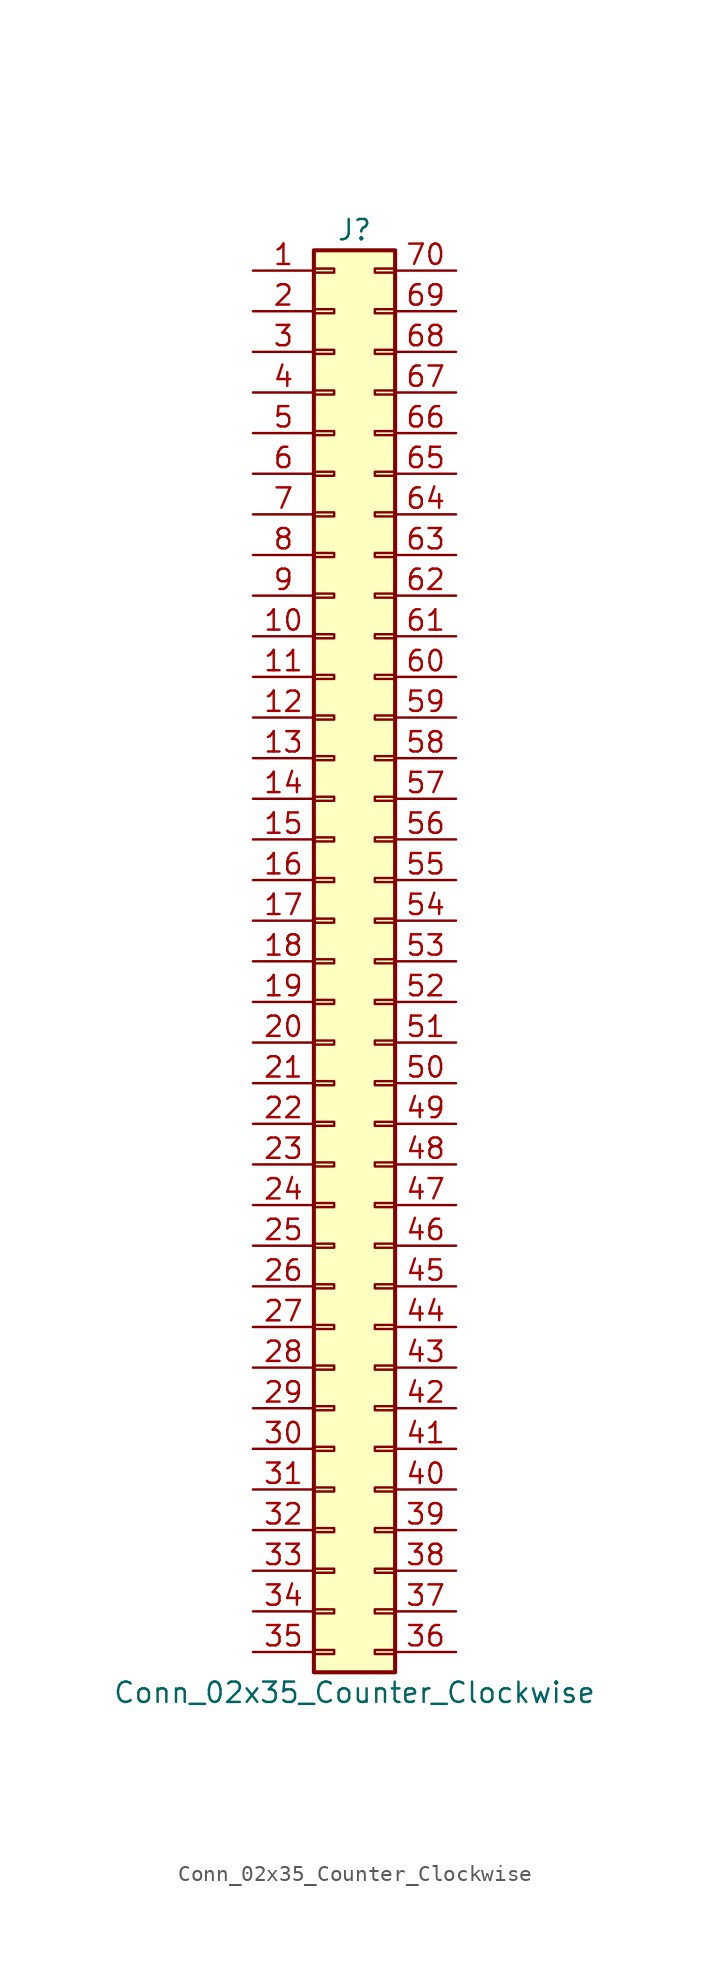
<source format=kicad_sym>
(kicad_symbol_lib
  (version 20211014)
  (generator kicad_symbol_editor)
  (symbol "Conn_02x35_Counter_Clockwise"
    (pin_names
      (offset 1.016) hide)
    (property "Reference" "J"
      (at 1.27 45.72 0)
      (effects (font (size 1.27 1.27))))
    (property "Value" "Conn_02x35_Counter_Clockwise"
      (at 1.27 -45.72 0)
      (effects (font (size 1.27 1.27))))
    (symbol "Conn_02x35_Counter_Clockwise_1_1"
      (rectangle (start -1.27 -43.053) (end 0 -43.307) (stroke (width 0.152) (type default) (color 0 0 0 0)) (fill (type none)))
      (rectangle (start -1.27 -40.513) (end 0 -40.767) (stroke (width 0.152) (type default) (color 0 0 0 0)) (fill (type none)))
      (rectangle (start -1.27 -37.973) (end 0 -38.227) (stroke (width 0.152) (type default) (color 0 0 0 0)) (fill (type none)))
      (rectangle (start -1.27 -35.433) (end 0 -35.687) (stroke (width 0.152) (type default) (color 0 0 0 0)) (fill (type none)))
      (rectangle (start -1.27 -32.893) (end 0 -33.147) (stroke (width 0.152) (type default) (color 0 0 0 0)) (fill (type none)))
      (rectangle (start -1.27 -30.353) (end 0 -30.607) (stroke (width 0.152) (type default) (color 0 0 0 0)) (fill (type none)))
      (rectangle (start -1.27 -27.813) (end 0 -28.067) (stroke (width 0.152) (type default) (color 0 0 0 0)) (fill (type none)))
      (rectangle (start -1.27 -25.273) (end 0 -25.527) (stroke (width 0.152) (type default) (color 0 0 0 0)) (fill (type none)))
      (rectangle (start -1.27 -22.733) (end 0 -22.987) (stroke (width 0.152) (type default) (color 0 0 0 0)) (fill (type none)))
      (rectangle (start -1.27 -20.193) (end 0 -20.447) (stroke (width 0.152) (type default) (color 0 0 0 0)) (fill (type none)))
      (rectangle (start -1.27 -17.653) (end 0 -17.907) (stroke (width 0.152) (type default) (color 0 0 0 0)) (fill (type none)))
      (rectangle (start -1.27 -15.113) (end 0 -15.367) (stroke (width 0.152) (type default) (color 0 0 0 0)) (fill (type none)))
      (rectangle (start -1.27 -12.573) (end 0 -12.827) (stroke (width 0.152) (type default) (color 0 0 0 0)) (fill (type none)))
      (rectangle (start -1.27 -10.033) (end 0 -10.287) (stroke (width 0.152) (type default) (color 0 0 0 0)) (fill (type none)))
      (rectangle (start -1.27 -7.493) (end 0 -7.747) (stroke (width 0.152) (type default) (color 0 0 0 0)) (fill (type none)))
      (rectangle (start -1.27 -4.953) (end 0 -5.207) (stroke (width 0.152) (type default) (color 0 0 0 0)) (fill (type none)))
      (rectangle (start -1.27 -2.413) (end 0 -2.667) (stroke (width 0.152) (type default) (color 0 0 0 0)) (fill (type none)))
      (rectangle (start -1.27 0.127) (end 0 -0.127) (stroke (width 0.152) (type default) (color 0 0 0 0)) (fill (type none)))
      (rectangle (start -1.27 2.667) (end 0 2.413) (stroke (width 0.152) (type default) (color 0 0 0 0)) (fill (type none)))
      (rectangle (start -1.27 5.207) (end 0 4.953) (stroke (width 0.152) (type default) (color 0 0 0 0)) (fill (type none)))
      (rectangle (start -1.27 7.747) (end 0 7.493) (stroke (width 0.152) (type default) (color 0 0 0 0)) (fill (type none)))
      (rectangle (start -1.27 10.287) (end 0 10.033) (stroke (width 0.152) (type default) (color 0 0 0 0)) (fill (type none)))
      (rectangle (start -1.27 12.827) (end 0 12.573) (stroke (width 0.152) (type default) (color 0 0 0 0)) (fill (type none)))
      (rectangle (start -1.27 15.367) (end 0 15.113) (stroke (width 0.152) (type default) (color 0 0 0 0)) (fill (type none)))
      (rectangle (start -1.27 17.907) (end 0 17.653) (stroke (width 0.152) (type default) (color 0 0 0 0)) (fill (type none)))
      (rectangle (start -1.27 20.447) (end 0 20.193) (stroke (width 0.152) (type default) (color 0 0 0 0)) (fill (type none)))
      (rectangle (start -1.27 22.987) (end 0 22.733) (stroke (width 0.152) (type default) (color 0 0 0 0)) (fill (type none)))
      (rectangle (start -1.27 25.527) (end 0 25.273) (stroke (width 0.152) (type default) (color 0 0 0 0)) (fill (type none)))
      (rectangle (start -1.27 28.067) (end 0 27.813) (stroke (width 0.152) (type default) (color 0 0 0 0)) (fill (type none)))
      (rectangle (start -1.27 30.607) (end 0 30.353) (stroke (width 0.152) (type default) (color 0 0 0 0)) (fill (type none)))
      (rectangle (start -1.27 33.147) (end 0 32.893) (stroke (width 0.152) (type default) (color 0 0 0 0)) (fill (type none)))
      (rectangle (start -1.27 35.687) (end 0 35.433) (stroke (width 0.152) (type default) (color 0 0 0 0)) (fill (type none)))
      (rectangle (start -1.27 38.227) (end 0 37.973) (stroke (width 0.152) (type default) (color 0 0 0 0)) (fill (type none)))
      (rectangle (start -1.27 40.767) (end 0 40.513) (stroke (width 0.152) (type default) (color 0 0 0 0)) (fill (type none)))
      (rectangle (start -1.27 43.307) (end 0 43.053) (stroke (width 0.152) (type default) (color 0 0 0 0)) (fill (type none)))
      (rectangle (start -1.27 44.45) (end 3.81 -44.45) (stroke (width 0.254) (type default) (color 0 0 0 0)) (fill (type background)))
      (rectangle (start 3.81 -43.053) (end 2.54 -43.307) (stroke (width 0.152) (type default) (color 0 0 0 0)) (fill (type none)))
      (rectangle (start 3.81 -40.513) (end 2.54 -40.767) (stroke (width 0.152) (type default) (color 0 0 0 0)) (fill (type none)))
      (rectangle (start 3.81 -37.973) (end 2.54 -38.227) (stroke (width 0.152) (type default) (color 0 0 0 0)) (fill (type none)))
      (rectangle (start 3.81 -35.433) (end 2.54 -35.687) (stroke (width 0.152) (type default) (color 0 0 0 0)) (fill (type none)))
      (rectangle (start 3.81 -32.893) (end 2.54 -33.147) (stroke (width 0.152) (type default) (color 0 0 0 0)) (fill (type none)))
      (rectangle (start 3.81 -30.353) (end 2.54 -30.607) (stroke (width 0.152) (type default) (color 0 0 0 0)) (fill (type none)))
      (rectangle (start 3.81 -27.813) (end 2.54 -28.067) (stroke (width 0.152) (type default) (color 0 0 0 0)) (fill (type none)))
      (rectangle (start 3.81 -25.273) (end 2.54 -25.527) (stroke (width 0.152) (type default) (color 0 0 0 0)) (fill (type none)))
      (rectangle (start 3.81 -22.733) (end 2.54 -22.987) (stroke (width 0.152) (type default) (color 0 0 0 0)) (fill (type none)))
      (rectangle (start 3.81 -20.193) (end 2.54 -20.447) (stroke (width 0.152) (type default) (color 0 0 0 0)) (fill (type none)))
      (rectangle (start 3.81 -17.653) (end 2.54 -17.907) (stroke (width 0.152) (type default) (color 0 0 0 0)) (fill (type none)))
      (rectangle (start 3.81 -15.113) (end 2.54 -15.367) (stroke (width 0.152) (type default) (color 0 0 0 0)) (fill (type none)))
      (rectangle (start 3.81 -12.573) (end 2.54 -12.827) (stroke (width 0.152) (type default) (color 0 0 0 0)) (fill (type none)))
      (rectangle (start 3.81 -10.033) (end 2.54 -10.287) (stroke (width 0.152) (type default) (color 0 0 0 0)) (fill (type none)))
      (rectangle (start 3.81 -7.493) (end 2.54 -7.747) (stroke (width 0.152) (type default) (color 0 0 0 0)) (fill (type none)))
      (rectangle (start 3.81 -4.953) (end 2.54 -5.207) (stroke (width 0.152) (type default) (color 0 0 0 0)) (fill (type none)))
      (rectangle (start 3.81 -2.413) (end 2.54 -2.667) (stroke (width 0.152) (type default) (color 0 0 0 0)) (fill (type none)))
      (rectangle (start 3.81 0.127) (end 2.54 -0.127) (stroke (width 0.152) (type default) (color 0 0 0 0)) (fill (type none)))
      (rectangle (start 3.81 2.667) (end 2.54 2.413) (stroke (width 0.152) (type default) (color 0 0 0 0)) (fill (type none)))
      (rectangle (start 3.81 5.207) (end 2.54 4.953) (stroke (width 0.152) (type default) (color 0 0 0 0)) (fill (type none)))
      (rectangle (start 3.81 7.747) (end 2.54 7.493) (stroke (width 0.152) (type default) (color 0 0 0 0)) (fill (type none)))
      (rectangle (start 3.81 10.287) (end 2.54 10.033) (stroke (width 0.152) (type default) (color 0 0 0 0)) (fill (type none)))
      (rectangle (start 3.81 12.827) (end 2.54 12.573) (stroke (width 0.152) (type default) (color 0 0 0 0)) (fill (type none)))
      (rectangle (start 3.81 15.367) (end 2.54 15.113) (stroke (width 0.152) (type default) (color 0 0 0 0)) (fill (type none)))
      (rectangle (start 3.81 17.907) (end 2.54 17.653) (stroke (width 0.152) (type default) (color 0 0 0 0)) (fill (type none)))
      (rectangle (start 3.81 20.447) (end 2.54 20.193) (stroke (width 0.152) (type default) (color 0 0 0 0)) (fill (type none)))
      (rectangle (start 3.81 22.987) (end 2.54 22.733) (stroke (width 0.152) (type default) (color 0 0 0 0)) (fill (type none)))
      (rectangle (start 3.81 25.527) (end 2.54 25.273) (stroke (width 0.152) (type default) (color 0 0 0 0)) (fill (type none)))
      (rectangle (start 3.81 28.067) (end 2.54 27.813) (stroke (width 0.152) (type default) (color 0 0 0 0)) (fill (type none)))
      (rectangle (start 3.81 30.607) (end 2.54 30.353) (stroke (width 0.152) (type default) (color 0 0 0 0)) (fill (type none)))
      (rectangle (start 3.81 33.147) (end 2.54 32.893) (stroke (width 0.152) (type default) (color 0 0 0 0)) (fill (type none)))
      (rectangle (start 3.81 35.687) (end 2.54 35.433) (stroke (width 0.152) (type default) (color 0 0 0 0)) (fill (type none)))
      (rectangle (start 3.81 38.227) (end 2.54 37.973) (stroke (width 0.152) (type default) (color 0 0 0 0)) (fill (type none)))
      (rectangle (start 3.81 40.767) (end 2.54 40.513) (stroke (width 0.152) (type default) (color 0 0 0 0)) (fill (type none)))
      (rectangle (start 3.81 43.307) (end 2.54 43.053) (stroke (width 0.152) (type default) (color 0 0 0 0)) (fill (type none)))
      (pin passive line (at -5.08 43.18 0) (length 3.81) (name "Pin_1" (effects (font (size 1.27 1.27)))) (number "1" (effects (font (size 1.27 1.27)))))
      (pin passive line (at -5.08 20.32 0) (length 3.81) (name "Pin_10" (effects (font (size 1.27 1.27)))) (number "10" (effects (font (size 1.27 1.27)))))
      (pin passive line (at -5.08 17.78 0) (length 3.81) (name "Pin_11" (effects (font (size 1.27 1.27)))) (number "11" (effects (font (size 1.27 1.27)))))
      (pin passive line (at -5.08 15.24 0) (length 3.81) (name "Pin_12" (effects (font (size 1.27 1.27)))) (number "12" (effects (font (size 1.27 1.27)))))
      (pin passive line (at -5.08 12.7 0) (length 3.81) (name "Pin_13" (effects (font (size 1.27 1.27)))) (number "13" (effects (font (size 1.27 1.27)))))
      (pin passive line (at -5.08 10.16 0) (length 3.81) (name "Pin_14" (effects (font (size 1.27 1.27)))) (number "14" (effects (font (size 1.27 1.27)))))
      (pin passive line (at -5.08 7.62 0) (length 3.81) (name "Pin_15" (effects (font (size 1.27 1.27)))) (number "15" (effects (font (size 1.27 1.27)))))
      (pin passive line (at -5.08 5.08 0) (length 3.81) (name "Pin_16" (effects (font (size 1.27 1.27)))) (number "16" (effects (font (size 1.27 1.27)))))
      (pin passive line (at -5.08 2.54 0) (length 3.81) (name "Pin_17" (effects (font (size 1.27 1.27)))) (number "17" (effects (font (size 1.27 1.27)))))
      (pin passive line (at -5.08 0 0) (length 3.81) (name "Pin_18" (effects (font (size 1.27 1.27)))) (number "18" (effects (font (size 1.27 1.27)))))
      (pin passive line (at -5.08 -2.54 0) (length 3.81) (name "Pin_19" (effects (font (size 1.27 1.27)))) (number "19" (effects (font (size 1.27 1.27)))))
      (pin passive line (at -5.08 40.64 0) (length 3.81) (name "Pin_2" (effects (font (size 1.27 1.27)))) (number "2" (effects (font (size 1.27 1.27)))))
      (pin passive line (at -5.08 -5.08 0) (length 3.81) (name "Pin_20" (effects (font (size 1.27 1.27)))) (number "20" (effects (font (size 1.27 1.27)))))
      (pin passive line (at -5.08 -7.62 0) (length 3.81) (name "Pin_21" (effects (font (size 1.27 1.27)))) (number "21" (effects (font (size 1.27 1.27)))))
      (pin passive line (at -5.08 -10.16 0) (length 3.81) (name "Pin_22" (effects (font (size 1.27 1.27)))) (number "22" (effects (font (size 1.27 1.27)))))
      (pin passive line (at -5.08 -12.7 0) (length 3.81) (name "Pin_23" (effects (font (size 1.27 1.27)))) (number "23" (effects (font (size 1.27 1.27)))))
      (pin passive line (at -5.08 -15.24 0) (length 3.81) (name "Pin_24" (effects (font (size 1.27 1.27)))) (number "24" (effects (font (size 1.27 1.27)))))
      (pin passive line (at -5.08 -17.78 0) (length 3.81) (name "Pin_25" (effects (font (size 1.27 1.27)))) (number "25" (effects (font (size 1.27 1.27)))))
      (pin passive line (at -5.08 -20.32 0) (length 3.81) (name "Pin_26" (effects (font (size 1.27 1.27)))) (number "26" (effects (font (size 1.27 1.27)))))
      (pin passive line (at -5.08 -22.86 0) (length 3.81) (name "Pin_27" (effects (font (size 1.27 1.27)))) (number "27" (effects (font (size 1.27 1.27)))))
      (pin passive line (at -5.08 -25.4 0) (length 3.81) (name "Pin_28" (effects (font (size 1.27 1.27)))) (number "28" (effects (font (size 1.27 1.27)))))
      (pin passive line (at -5.08 -27.94 0) (length 3.81) (name "Pin_29" (effects (font (size 1.27 1.27)))) (number "29" (effects (font (size 1.27 1.27)))))
      (pin passive line (at -5.08 38.1 0) (length 3.81) (name "Pin_3" (effects (font (size 1.27 1.27)))) (number "3" (effects (font (size 1.27 1.27)))))
      (pin passive line (at -5.08 -30.48 0) (length 3.81) (name "Pin_30" (effects (font (size 1.27 1.27)))) (number "30" (effects (font (size 1.27 1.27)))))
      (pin passive line (at -5.08 -33.02 0) (length 3.81) (name "Pin_31" (effects (font (size 1.27 1.27)))) (number "31" (effects (font (size 1.27 1.27)))))
      (pin passive line (at -5.08 -35.56 0) (length 3.81) (name "Pin_32" (effects (font (size 1.27 1.27)))) (number "32" (effects (font (size 1.27 1.27)))))
      (pin passive line (at -5.08 -38.1 0) (length 3.81) (name "Pin_33" (effects (font (size 1.27 1.27)))) (number "33" (effects (font (size 1.27 1.27)))))
      (pin passive line (at -5.08 -40.64 0) (length 3.81) (name "Pin_34" (effects (font (size 1.27 1.27)))) (number "34" (effects (font (size 1.27 1.27)))))
      (pin passive line (at -5.08 -43.18 0) (length 3.81) (name "Pin_35" (effects (font (size 1.27 1.27)))) (number "35" (effects (font (size 1.27 1.27)))))
      (pin passive line (at 7.62 -43.18 180) (length 3.81) (name "Pin_36" (effects (font (size 1.27 1.27)))) (number "36" (effects (font (size 1.27 1.27)))))
      (pin passive line (at 7.62 -40.64 180) (length 3.81) (name "Pin_37" (effects (font (size 1.27 1.27)))) (number "37" (effects (font (size 1.27 1.27)))))
      (pin passive line (at 7.62 -38.1 180) (length 3.81) (name "Pin_38" (effects (font (size 1.27 1.27)))) (number "38" (effects (font (size 1.27 1.27)))))
      (pin passive line (at 7.62 -35.56 180) (length 3.81) (name "Pin_39" (effects (font (size 1.27 1.27)))) (number "39" (effects (font (size 1.27 1.27)))))
      (pin passive line (at -5.08 35.56 0) (length 3.81) (name "Pin_4" (effects (font (size 1.27 1.27)))) (number "4" (effects (font (size 1.27 1.27)))))
      (pin passive line (at 7.62 -33.02 180) (length 3.81) (name "Pin_40" (effects (font (size 1.27 1.27)))) (number "40" (effects (font (size 1.27 1.27)))))
      (pin passive line (at 7.62 -30.48 180) (length 3.81) (name "Pin_41" (effects (font (size 1.27 1.27)))) (number "41" (effects (font (size 1.27 1.27)))))
      (pin passive line (at 7.62 -27.94 180) (length 3.81) (name "Pin_42" (effects (font (size 1.27 1.27)))) (number "42" (effects (font (size 1.27 1.27)))))
      (pin passive line (at 7.62 -25.4 180) (length 3.81) (name "Pin_43" (effects (font (size 1.27 1.27)))) (number "43" (effects (font (size 1.27 1.27)))))
      (pin passive line (at 7.62 -22.86 180) (length 3.81) (name "Pin_44" (effects (font (size 1.27 1.27)))) (number "44" (effects (font (size 1.27 1.27)))))
      (pin passive line (at 7.62 -20.32 180) (length 3.81) (name "Pin_45" (effects (font (size 1.27 1.27)))) (number "45" (effects (font (size 1.27 1.27)))))
      (pin passive line (at 7.62 -17.78 180) (length 3.81) (name "Pin_46" (effects (font (size 1.27 1.27)))) (number "46" (effects (font (size 1.27 1.27)))))
      (pin passive line (at 7.62 -15.24 180) (length 3.81) (name "Pin_47" (effects (font (size 1.27 1.27)))) (number "47" (effects (font (size 1.27 1.27)))))
      (pin passive line (at 7.62 -12.7 180) (length 3.81) (name "Pin_48" (effects (font (size 1.27 1.27)))) (number "48" (effects (font (size 1.27 1.27)))))
      (pin passive line (at 7.62 -10.16 180) (length 3.81) (name "Pin_49" (effects (font (size 1.27 1.27)))) (number "49" (effects (font (size 1.27 1.27)))))
      (pin passive line (at -5.08 33.02 0) (length 3.81) (name "Pin_5" (effects (font (size 1.27 1.27)))) (number "5" (effects (font (size 1.27 1.27)))))
      (pin passive line (at 7.62 -7.62 180) (length 3.81) (name "Pin_50" (effects (font (size 1.27 1.27)))) (number "50" (effects (font (size 1.27 1.27)))))
      (pin passive line (at 7.62 -5.08 180) (length 3.81) (name "Pin_51" (effects (font (size 1.27 1.27)))) (number "51" (effects (font (size 1.27 1.27)))))
      (pin passive line (at 7.62 -2.54 180) (length 3.81) (name "Pin_52" (effects (font (size 1.27 1.27)))) (number "52" (effects (font (size 1.27 1.27)))))
      (pin passive line (at 7.62 0 180) (length 3.81) (name "Pin_53" (effects (font (size 1.27 1.27)))) (number "53" (effects (font (size 1.27 1.27)))))
      (pin passive line (at 7.62 2.54 180) (length 3.81) (name "Pin_54" (effects (font (size 1.27 1.27)))) (number "54" (effects (font (size 1.27 1.27)))))
      (pin passive line (at 7.62 5.08 180) (length 3.81) (name "Pin_55" (effects (font (size 1.27 1.27)))) (number "55" (effects (font (size 1.27 1.27)))))
      (pin passive line (at 7.62 7.62 180) (length 3.81) (name "Pin_56" (effects (font (size 1.27 1.27)))) (number "56" (effects (font (size 1.27 1.27)))))
      (pin passive line (at 7.62 10.16 180) (length 3.81) (name "Pin_57" (effects (font (size 1.27 1.27)))) (number "57" (effects (font (size 1.27 1.27)))))
      (pin passive line (at 7.62 12.7 180) (length 3.81) (name "Pin_58" (effects (font (size 1.27 1.27)))) (number "58" (effects (font (size 1.27 1.27)))))
      (pin passive line (at 7.62 15.24 180) (length 3.81) (name "Pin_59" (effects (font (size 1.27 1.27)))) (number "59" (effects (font (size 1.27 1.27)))))
      (pin passive line (at -5.08 30.48 0) (length 3.81) (name "Pin_6" (effects (font (size 1.27 1.27)))) (number "6" (effects (font (size 1.27 1.27)))))
      (pin passive line (at 7.62 17.78 180) (length 3.81) (name "Pin_60" (effects (font (size 1.27 1.27)))) (number "60" (effects (font (size 1.27 1.27)))))
      (pin passive line (at 7.62 20.32 180) (length 3.81) (name "Pin_61" (effects (font (size 1.27 1.27)))) (number "61" (effects (font (size 1.27 1.27)))))
      (pin passive line (at 7.62 22.86 180) (length 3.81) (name "Pin_62" (effects (font (size 1.27 1.27)))) (number "62" (effects (font (size 1.27 1.27)))))
      (pin passive line (at 7.62 25.4 180) (length 3.81) (name "Pin_63" (effects (font (size 1.27 1.27)))) (number "63" (effects (font (size 1.27 1.27)))))
      (pin passive line (at 7.62 27.94 180) (length 3.81) (name "Pin_64" (effects (font (size 1.27 1.27)))) (number "64" (effects (font (size 1.27 1.27)))))
      (pin passive line (at 7.62 30.48 180) (length 3.81) (name "Pin_65" (effects (font (size 1.27 1.27)))) (number "65" (effects (font (size 1.27 1.27)))))
      (pin passive line (at 7.62 33.02 180) (length 3.81) (name "Pin_66" (effects (font (size 1.27 1.27)))) (number "66" (effects (font (size 1.27 1.27)))))
      (pin passive line (at 7.62 35.56 180) (length 3.81) (name "Pin_67" (effects (font (size 1.27 1.27)))) (number "67" (effects (font (size 1.27 1.27)))))
      (pin passive line (at 7.62 38.1 180) (length 3.81) (name "Pin_68" (effects (font (size 1.27 1.27)))) (number "68" (effects (font (size 1.27 1.27)))))
      (pin passive line (at 7.62 40.64 180) (length 3.81) (name "Pin_69" (effects (font (size 1.27 1.27)))) (number "69" (effects (font (size 1.27 1.27)))))
      (pin passive line (at -5.08 27.94 0) (length 3.81) (name "Pin_7" (effects (font (size 1.27 1.27)))) (number "7" (effects (font (size 1.27 1.27)))))
      (pin passive line (at 7.62 43.18 180) (length 3.81) (name "Pin_70" (effects (font (size 1.27 1.27)))) (number "70" (effects (font (size 1.27 1.27)))))
      (pin passive line (at -5.08 25.4 0) (length 3.81) (name "Pin_8" (effects (font (size 1.27 1.27)))) (number "8" (effects (font (size 1.27 1.27)))))
      (pin passive line (at -5.08 22.86 0) (length 3.81) (name "Pin_9" (effects (font (size 1.27 1.27)))) (number "9" (effects (font (size 1.27 1.27))))))))
</source>
